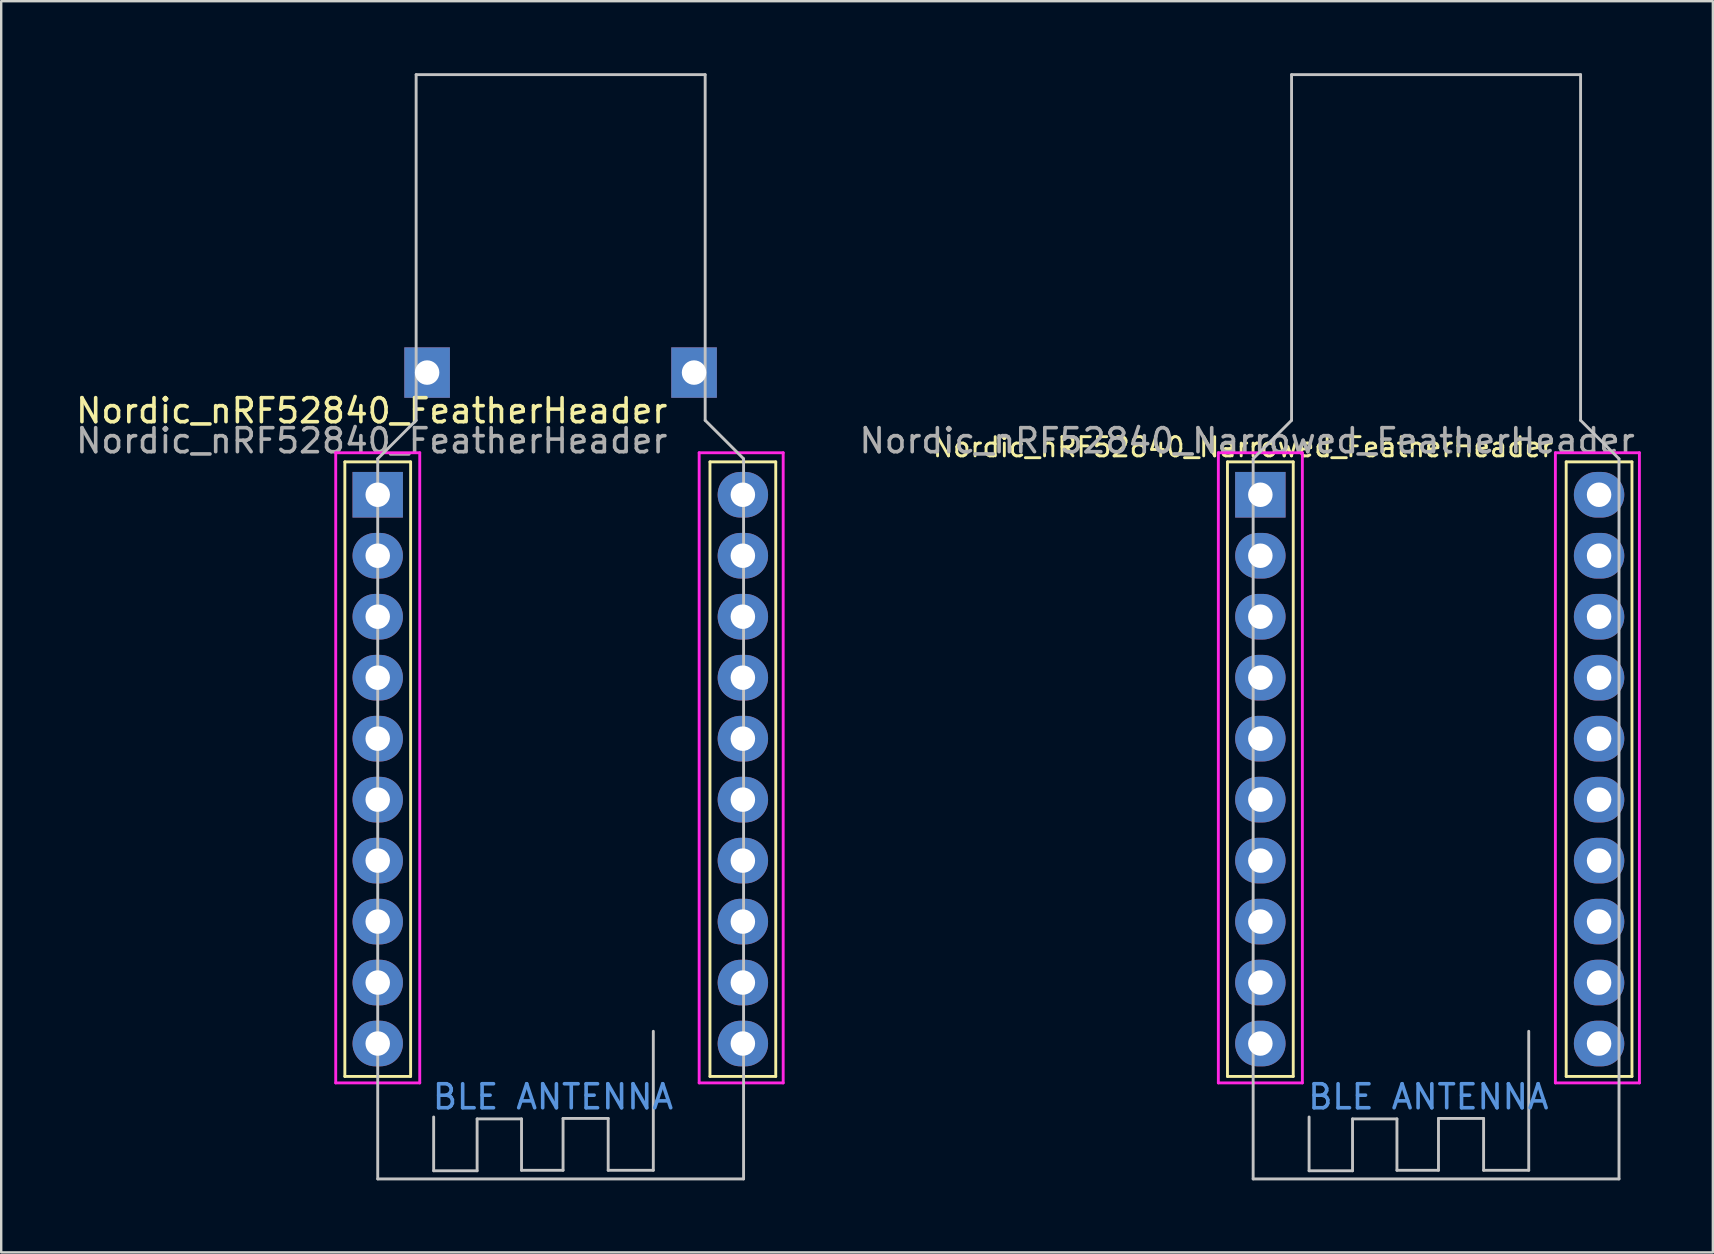
<source format=kicad_pcb>
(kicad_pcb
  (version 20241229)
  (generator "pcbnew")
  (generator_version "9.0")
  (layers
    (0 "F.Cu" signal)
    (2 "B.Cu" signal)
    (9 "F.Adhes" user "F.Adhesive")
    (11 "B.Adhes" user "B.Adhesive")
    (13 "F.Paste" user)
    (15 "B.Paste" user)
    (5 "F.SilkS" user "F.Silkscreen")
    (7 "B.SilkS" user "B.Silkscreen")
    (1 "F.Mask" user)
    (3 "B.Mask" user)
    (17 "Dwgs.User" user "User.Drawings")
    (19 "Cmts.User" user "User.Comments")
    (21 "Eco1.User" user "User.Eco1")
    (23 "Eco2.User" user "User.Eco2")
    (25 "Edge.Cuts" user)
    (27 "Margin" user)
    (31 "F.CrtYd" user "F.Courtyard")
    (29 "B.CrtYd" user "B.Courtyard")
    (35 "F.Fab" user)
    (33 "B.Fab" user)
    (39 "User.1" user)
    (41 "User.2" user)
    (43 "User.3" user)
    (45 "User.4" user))
  (footprint "Nordic_nRF52840_Narrowed_FeatherHeader"
    (layer "F.Cu")
    (at 49.152 17.56)
    (property "Reference" "Nordic_nRF52840_Narrowed_FeatherHeader" (at -0.422 -1.984 0) (layer "F.SilkS") (effects (font (size 0.8 0.8) (thickness 0.12))))
    (attr through_hole)
    (fp_line (start -1.07 -1.37) (end -1.07 24.23) (stroke (width 0.12) (type solid)) (layer "F.SilkS"))
    (fp_line (start -1.07 24.23) (end 1.67 24.23) (stroke (width 0.12) (type solid)) (layer "F.SilkS"))
    (fp_line (start 1.67 -1.37) (end -1.07 -1.37) (stroke (width 0.12) (type solid)) (layer "F.SilkS"))
    (fp_line (start 1.67 24.23) (end 1.67 -1.37) (stroke (width 0.12) (type solid)) (layer "F.SilkS"))
    (fp_line (start 13.04 -1.37) (end 13.04 24.23) (stroke (width 0.12) (type solid)) (layer "F.SilkS"))
    (fp_line (start 13.04 24.23) (end 15.78 24.23) (stroke (width 0.12) (type solid)) (layer "F.SilkS"))
    (fp_line (start 15.78 -1.37) (end 13.04 -1.37) (stroke (width 0.12) (type solid)) (layer "F.SilkS"))
    (fp_line (start 15.78 24.23) (end 15.78 -1.37) (stroke (width 0.12) (type solid)) (layer "F.SilkS"))
    (fp_line (start 0 -1.5) (end 0 28.5) (stroke (width 0.12) (type solid)) (layer "Dwgs.User"))
    (fp_line (start 0 -1.5) (end 1.6 -3.1) (stroke (width 0.12) (type solid)) (layer "Dwgs.User"))
    (fp_line (start 1.6 -3.1) (end 1.6 -17.5) (stroke (width 0.12) (type solid)) (layer "Dwgs.User"))
    (fp_line (start 2.33 28.16) (end 2.33 25.92) (stroke (width 0.12) (type solid)) (layer "Dwgs.User"))
    (fp_line (start 4.14 26) (end 4.14 28.16) (stroke (width 0.12) (type solid)) (layer "Dwgs.User"))
    (fp_line (start 4.14 28.16) (end 2.33 28.16) (stroke (width 0.12) (type solid)) (layer "Dwgs.User"))
    (fp_line (start 5.99 26) (end 4.14 26) (stroke (width 0.12) (type solid)) (layer "Dwgs.User"))
    (fp_line (start 5.99 28.14) (end 5.99 26) (stroke (width 0.12) (type solid)) (layer "Dwgs.User"))
    (fp_line (start 7.72 25.98) (end 7.72 28.14) (stroke (width 0.12) (type solid)) (layer "Dwgs.User"))
    (fp_line (start 7.72 28.14) (end 5.99 28.14) (stroke (width 0.12) (type solid)) (layer "Dwgs.User"))
    (fp_line (start 9.6 25.98) (end 7.72 25.98) (stroke (width 0.12) (type solid)) (layer "Dwgs.User"))
    (fp_line (start 9.6 28.14) (end 9.6 25.98) (stroke (width 0.12) (type solid)) (layer "Dwgs.User"))
    (fp_line (start 11.48 22.35) (end 11.48 28.14) (stroke (width 0.12) (type solid)) (layer "Dwgs.User"))
    (fp_line (start 11.48 28.14) (end 9.6 28.14) (stroke (width 0.12) (type solid)) (layer "Dwgs.User"))
    (fp_line (start 13.64 -17.5) (end 1.6 -17.5) (stroke (width 0.12) (type solid)) (layer "Dwgs.User"))
    (fp_line (start 13.64 -3.1) (end 13.64 -17.5) (stroke (width 0.12) (type solid)) (layer "Dwgs.User"))
    (fp_line (start 15.24 -1.5) (end 13.64 -3.1) (stroke (width 0.12) (type solid)) (layer "Dwgs.User"))
    (fp_line (start 15.24 -1.5) (end 15.24 28.5) (stroke (width 0.12) (type solid)) (layer "Dwgs.User"))
    (fp_line (start 15.24 28.5) (end 0 28.5) (stroke (width 0.12) (type solid)) (layer "Dwgs.User"))
    (fp_line (start -1.45 -1.75) (end -1.45 24.5) (stroke (width 0.12) (type solid)) (layer "F.CrtYd"))
    (fp_line (start -1.45 24.5) (end 2.05 24.5) (stroke (width 0.12) (type solid)) (layer "F.CrtYd"))
    (fp_line (start 2.05 -1.75) (end -1.45 -1.75) (stroke (width 0.12) (type solid)) (layer "F.CrtYd"))
    (fp_line (start 2.05 24.5) (end 2.05 -1.75) (stroke (width 0.12) (type solid)) (layer "F.CrtYd"))
    (fp_line (start 12.59 -1.75) (end 12.59 24.5) (stroke (width 0.12) (type solid)) (layer "F.CrtYd"))
    (fp_line (start 12.59 24.5) (end 16.09 24.5) (stroke (width 0.12) (type solid)) (layer "F.CrtYd"))
    (fp_line (start 16.09 -1.75) (end 12.59 -1.75) (stroke (width 0.12) (type solid)) (layer "F.CrtYd"))
    (fp_line (start 16.09 24.5) (end 16.09 -1.75) (stroke (width 0.12) (type solid)) (layer "F.CrtYd"))
    (fp_text user "BLE ANTENNA" (at 7.3 25.08 0) (layer "Cmts.User") (effects (font (size 1 1) (thickness 0.15))))
    (fp_text user "${REFERENCE}" (at -0.25 -2.25 0) (layer "F.Fab") (effects (font (size 1 1) (thickness 0.15))))
    (pad "1" thru_hole rect (at 0.3 0) (size 2.1 1.9) (drill 1.02) (layers "*.Cu" "*.Mask"))
    (pad "2" thru_hole oval (at 0.3 2.54) (size 2.1 1.9) (drill 1.02) (layers "*.Cu" "*.Mask"))
    (pad "3" thru_hole oval (at 0.3 5.08) (size 2.1 1.9) (drill 1.02) (layers "*.Cu" "*.Mask"))
    (pad "4" thru_hole oval (at 0.3 7.62) (size 2.1 1.9) (drill 1.02) (layers "*.Cu" "*.Mask"))
    (pad "5" thru_hole oval (at 0.3 10.16) (size 2.1 1.9) (drill 1.02) (layers "*.Cu" "*.Mask"))
    (pad "6" thru_hole oval (at 0.3 12.7) (size 2.1 1.9) (drill 1.02) (layers "*.Cu" "*.Mask"))
    (pad "7" thru_hole oval (at 0.3 15.24) (size 2.1 1.9) (drill 1.02) (layers "*.Cu" "*.Mask"))
    (pad "8" thru_hole oval (at 0.3 17.78) (size 2.1 1.9) (drill 1.02) (layers "*.Cu" "*.Mask"))
    (pad "9" thru_hole oval (at 0.3 20.32) (size 2.1 1.9) (drill 1.02) (layers "*.Cu" "*.Mask"))
    (pad "10" thru_hole oval (at 0.3 22.86) (size 2.1 1.9) (drill 1.02) (layers "*.Cu" "*.Mask"))
    (pad "11" thru_hole oval (at 14.41 22.86) (size 2.1 1.9) (drill 1.02) (layers "*.Cu" "*.Mask"))
    (pad "12" thru_hole oval (at 14.41 20.32) (size 2.1 1.9) (drill 1.02) (layers "*.Cu" "*.Mask"))
    (pad "13" thru_hole oval (at 14.41 17.78) (size 2.1 1.9) (drill 1.02) (layers "*.Cu" "*.Mask"))
    (pad "14" thru_hole oval (at 14.41 15.24) (size 2.1 1.9) (drill 1.02) (layers "*.Cu" "*.Mask"))
    (pad "15" thru_hole oval (at 14.41 12.7) (size 2.1 1.9) (drill 1.02) (layers "*.Cu" "*.Mask"))
    (pad "16" thru_hole oval (at 14.41 10.16) (size 2.1 1.9) (drill 1.02) (layers "*.Cu" "*.Mask"))
    (pad "17" thru_hole oval (at 14.41 7.62) (size 2.1 1.9) (drill 1.02) (layers "*.Cu" "*.Mask"))
    (pad "18" thru_hole oval (at 14.41 5.08) (size 2.1 1.9) (drill 1.02) (layers "*.Cu" "*.Mask"))
    (pad "19" thru_hole oval (at 14.41 2.54) (size 2.1 1.9) (drill 1.02) (layers "*.Cu" "*.Mask"))
    (pad "20" thru_hole oval (at 14.41 0) (size 2.1 1.9) (drill 1.02) (layers "*.Cu" "*.Mask")))
  (footprint "Nordic_nRF52840_FeatherHeader"
    (layer "F.Cu")
    (at 12.685 17.56)
    (property "Reference" "Nordic_nRF52840_FeatherHeader" (at -0.25 -3.5 0) (layer "F.SilkS") (effects (font (size 1 1) (thickness 0.15))))
    (attr through_hole)
    (fp_line (start -1.37 -1.37) (end -1.37 24.23) (stroke (width 0.12) (type solid)) (layer "F.SilkS"))
    (fp_line (start -1.37 24.23) (end 1.37 24.23) (stroke (width 0.12) (type solid)) (layer "F.SilkS"))
    (fp_line (start 1.37 -1.37) (end -1.37 -1.37) (stroke (width 0.12) (type solid)) (layer "F.SilkS"))
    (fp_line (start 1.37 24.23) (end 1.37 -1.37) (stroke (width 0.12) (type solid)) (layer "F.SilkS"))
    (fp_line (start 13.84 -1.37) (end 13.84 24.23) (stroke (width 0.12) (type solid)) (layer "F.SilkS"))
    (fp_line (start 13.84 24.23) (end 16.58 24.23) (stroke (width 0.12) (type solid)) (layer "F.SilkS"))
    (fp_line (start 16.58 -1.37) (end 13.84 -1.37) (stroke (width 0.12) (type solid)) (layer "F.SilkS"))
    (fp_line (start 16.58 24.23) (end 16.58 -1.37) (stroke (width 0.12) (type solid)) (layer "F.SilkS"))
    (fp_line (start 0 -1.5) (end 0 28.5) (stroke (width 0.12) (type solid)) (layer "Dwgs.User"))
    (fp_line (start 0 -1.5) (end 1.6 -3.1) (stroke (width 0.12) (type solid)) (layer "Dwgs.User"))
    (fp_line (start 1.6 -3.1) (end 1.6 -17.5) (stroke (width 0.12) (type solid)) (layer "Dwgs.User"))
    (fp_line (start 2.33 28.16) (end 2.33 25.92) (stroke (width 0.12) (type solid)) (layer "Dwgs.User"))
    (fp_line (start 4.14 26) (end 4.14 28.16) (stroke (width 0.12) (type solid)) (layer "Dwgs.User"))
    (fp_line (start 4.14 28.16) (end 2.33 28.16) (stroke (width 0.12) (type solid)) (layer "Dwgs.User"))
    (fp_line (start 5.99 26) (end 4.14 26) (stroke (width 0.12) (type solid)) (layer "Dwgs.User"))
    (fp_line (start 5.99 28.14) (end 5.99 26) (stroke (width 0.12) (type solid)) (layer "Dwgs.User"))
    (fp_line (start 7.72 25.98) (end 7.72 28.14) (stroke (width 0.12) (type solid)) (layer "Dwgs.User"))
    (fp_line (start 7.72 28.14) (end 5.99 28.14) (stroke (width 0.12) (type solid)) (layer "Dwgs.User"))
    (fp_line (start 9.6 25.98) (end 7.72 25.98) (stroke (width 0.12) (type solid)) (layer "Dwgs.User"))
    (fp_line (start 9.6 28.14) (end 9.6 25.98) (stroke (width 0.12) (type solid)) (layer "Dwgs.User"))
    (fp_line (start 11.48 22.35) (end 11.48 28.14) (stroke (width 0.12) (type solid)) (layer "Dwgs.User"))
    (fp_line (start 11.48 28.14) (end 9.6 28.14) (stroke (width 0.12) (type solid)) (layer "Dwgs.User"))
    (fp_line (start 13.64 -17.5) (end 1.6 -17.5) (stroke (width 0.12) (type solid)) (layer "Dwgs.User"))
    (fp_line (start 13.64 -3.1) (end 13.64 -17.5) (stroke (width 0.12) (type solid)) (layer "Dwgs.User"))
    (fp_line (start 15.24 -1.5) (end 13.64 -3.1) (stroke (width 0.12) (type solid)) (layer "Dwgs.User"))
    (fp_line (start 15.24 -1.5) (end 15.24 28.5) (stroke (width 0.12) (type solid)) (layer "Dwgs.User"))
    (fp_line (start 15.24 28.5) (end 0 28.5) (stroke (width 0.12) (type solid)) (layer "Dwgs.User"))
    (fp_line (start -1.75 -1.75) (end -1.75 24.5) (stroke (width 0.12) (type solid)) (layer "F.CrtYd"))
    (fp_line (start -1.75 24.5) (end 1.75 24.5) (stroke (width 0.12) (type solid)) (layer "F.CrtYd"))
    (fp_line (start 1.75 -1.75) (end -1.75 -1.75) (stroke (width 0.12) (type solid)) (layer "F.CrtYd"))
    (fp_line (start 1.75 24.5) (end 1.75 -1.75) (stroke (width 0.12) (type solid)) (layer "F.CrtYd"))
    (fp_line (start 13.39 -1.75) (end 13.39 24.5) (stroke (width 0.12) (type solid)) (layer "F.CrtYd"))
    (fp_line (start 13.39 24.5) (end 16.89 24.5) (stroke (width 0.12) (type solid)) (layer "F.CrtYd"))
    (fp_line (start 16.89 -1.75) (end 13.39 -1.75) (stroke (width 0.12) (type solid)) (layer "F.CrtYd"))
    (fp_line (start 16.89 24.5) (end 16.89 -1.75) (stroke (width 0.12) (type solid)) (layer "F.CrtYd"))
    (fp_text user "BLE ANTENNA" (at 7.3 25.08 0) (layer "Cmts.User") (effects (font (size 1 1) (thickness 0.15))))
    (fp_text user "${REFERENCE}" (at -0.25 -2.25 0) (layer "F.Fab") (effects (font (size 1 1) (thickness 0.15))))
    (pad "1" thru_hole rect (at 0 0) (size 2.1 1.9) (drill 1.02) (layers "*.Cu" "*.Mask"))
    (pad "2" thru_hole oval (at 0 2.54) (size 2.1 1.9) (drill 1.02) (layers "*.Cu" "*.Mask"))
    (pad "3" thru_hole oval (at 0 5.08) (size 2.1 1.9) (drill 1.02) (layers "*.Cu" "*.Mask"))
    (pad "4" thru_hole oval (at 0 7.62) (size 2.1 1.9) (drill 1.02) (layers "*.Cu" "*.Mask"))
    (pad "5" thru_hole oval (at 0 10.16) (size 2.1 1.9) (drill 1.02) (layers "*.Cu" "*.Mask"))
    (pad "6" thru_hole oval (at 0 12.7) (size 2.1 1.9) (drill 1.02) (layers "*.Cu" "*.Mask"))
    (pad "7" thru_hole oval (at 0 15.24) (size 2.1 1.9) (drill 1.02) (layers "*.Cu" "*.Mask"))
    (pad "8" thru_hole oval (at 0 17.78) (size 2.1 1.9) (drill 1.02) (layers "*.Cu" "*.Mask"))
    (pad "9" thru_hole oval (at 0 20.32) (size 2.1 1.9) (drill 1.02) (layers "*.Cu" "*.Mask"))
    (pad "10" thru_hole oval (at 0 22.86) (size 2.1 1.9) (drill 1.02) (layers "*.Cu" "*.Mask"))
    (pad "11" thru_hole oval (at 15.21 22.86) (size 2.1 1.9) (drill 1.02) (layers "*.Cu" "*.Mask"))
    (pad "12" thru_hole oval (at 15.21 20.32) (size 2.1 1.9) (drill 1.02) (layers "*.Cu" "*.Mask"))
    (pad "13" thru_hole oval (at 15.21 17.78) (size 2.1 1.9) (drill 1.02) (layers "*.Cu" "*.Mask"))
    (pad "14" thru_hole oval (at 15.21 15.24) (size 2.1 1.9) (drill 1.02) (layers "*.Cu" "*.Mask"))
    (pad "15" thru_hole oval (at 15.21 12.7) (size 2.1 1.9) (drill 1.02) (layers "*.Cu" "*.Mask"))
    (pad "16" thru_hole oval (at 15.21 10.16) (size 2.1 1.9) (drill 1.02) (layers "*.Cu" "*.Mask"))
    (pad "17" thru_hole oval (at 15.21 7.62) (size 2.1 1.9) (drill 1.02) (layers "*.Cu" "*.Mask"))
    (pad "18" thru_hole oval (at 15.21 5.08) (size 2.1 1.9) (drill 1.02) (layers "*.Cu" "*.Mask"))
    (pad "19" thru_hole oval (at 15.21 2.54) (size 2.1 1.9) (drill 1.02) (layers "*.Cu" "*.Mask"))
    (pad "20" thru_hole oval (at 15.21 0) (size 2.1 1.9) (drill 1.02) (layers "*.Cu" "*.Mask"))
    (pad "21" thru_hole rect (at 2.057 -5.09 270) (size 2.1 1.9) (drill 1.02) (layers "*.Cu" "*.Mask"))
    (pad "22" thru_hole rect (at 13.177 -5.09 90) (size 2.1 1.9) (drill 1.02) (layers "*.Cu" "*.Mask")))
  (gr_rect
    (start -3 -3)
    (end 68.302 49.12)
    (stroke (width 0.1) (type default))
    (fill no)
    (layer "Edge.Cuts")))
</source>
